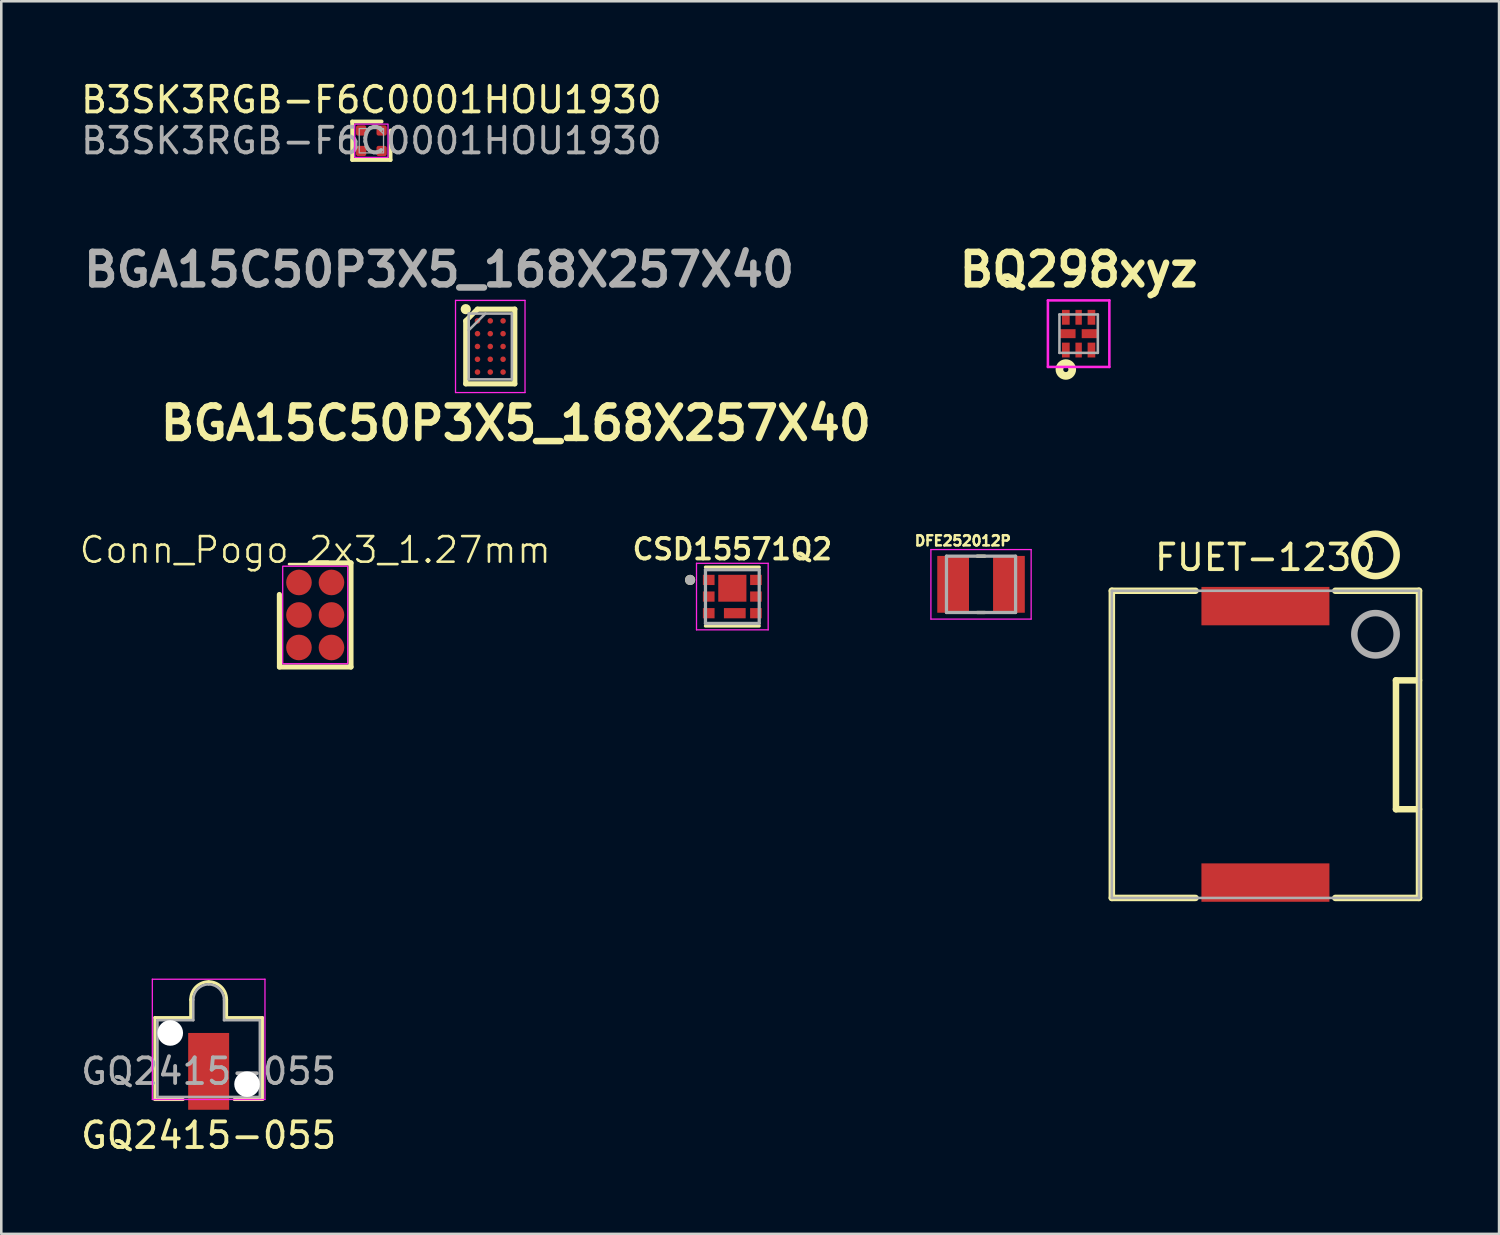
<source format=kicad_pcb>
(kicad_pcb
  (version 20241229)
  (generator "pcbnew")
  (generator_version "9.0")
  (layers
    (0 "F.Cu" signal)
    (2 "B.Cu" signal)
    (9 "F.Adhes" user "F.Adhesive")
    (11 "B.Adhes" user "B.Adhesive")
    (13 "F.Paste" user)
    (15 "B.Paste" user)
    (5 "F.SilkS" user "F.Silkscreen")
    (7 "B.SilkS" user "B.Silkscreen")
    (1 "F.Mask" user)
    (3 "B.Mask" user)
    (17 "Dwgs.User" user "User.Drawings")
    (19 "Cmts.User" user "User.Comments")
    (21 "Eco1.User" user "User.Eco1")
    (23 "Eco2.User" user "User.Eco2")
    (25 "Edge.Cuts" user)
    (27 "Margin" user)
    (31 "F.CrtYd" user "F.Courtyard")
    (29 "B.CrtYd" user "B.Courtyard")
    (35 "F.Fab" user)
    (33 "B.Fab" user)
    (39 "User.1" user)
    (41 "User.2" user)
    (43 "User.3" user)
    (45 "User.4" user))
  (footprint "B3SK3RGB-F6C0001HOU1930"
    (layer "F.Cu")
    (at 11.458 2.448)
    (property "Reference" "B3SK3RGB-F6C0001HOU1930" (at 0 -1.6 0) (unlocked yes) (layer "F.SilkS") (effects (font (size 1 1) (thickness 0.15))))
    (attr smd)
    (fp_line (start -0.75 -0.75) (end 0.4 -0.75) (stroke (width 0.15) (type solid)) (layer "F.SilkS"))
    (fp_line (start -0.75 0.75) (end -0.75 -0.75) (stroke (width 0.15) (type solid)) (layer "F.SilkS"))
    (fp_line (start -0.75 0.75) (end 0.75 0.75) (stroke (width 0.15) (type solid)) (layer "F.SilkS"))
    (fp_line (start 0.75 -0.4) (end 0.75 0.75) (stroke (width 0.15) (type solid)) (layer "F.SilkS"))
    (fp_rect (start -0.65 -0.65) (end 0.65 0.65) (stroke (width 0.05) (type default)) (fill no) (layer "F.CrtYd"))
    (fp_line (start 0.25 -0.475) (end 0.475 -0.273) (stroke (width 0.05) (type default)) (layer "F.Fab"))
    (fp_rect (start -0.475 -0.475) (end 0.475 0.475) (stroke (width 0.05) (type solid)) (fill no) (layer "F.Fab"))
    (fp_text user "${REFERENCE}" (at 0 0 0) (unlocked yes) (layer "F.Fab") (effects (font (size 1 1) (thickness 0.15))))
    (pad "1" smd roundrect (at 0.4 -0.4) (size 0.4 0.4) (layers "F.Cu" "F.Mask" "F.Paste") (roundrect_rratio 0.2))
    (pad "2" smd roundrect (at 0.4 0.4) (size 0.4 0.4) (layers "F.Cu" "F.Mask" "F.Paste") (roundrect_rratio 0.2))
    (pad "3" smd roundrect (at -0.4 0.4) (size 0.4 0.4) (layers "F.Cu" "F.Mask" "F.Paste") (roundrect_rratio 0.2))
    (pad "4" smd roundrect (at -0.4 -0.4) (size 0.4 0.4) (layers "F.Cu" "F.Mask" "F.Paste") (roundrect_rratio 0.2)))
  (footprint "BGA15C50P3X5_168X257X40"
    (layer "F.Cu")
    (at 16.103 10.485)
    (property "Reference" "BGA15C50P3X5_168X257X40" (at 1 3 0) (layer "F.SilkS") (effects (font (size 1.27 1.27) (thickness 0.254))))
    (attr smd)
    (fp_line (start -0.959 -0.999) (end -0.501 -1.457) (stroke (width 0.2) (type solid)) (layer "F.SilkS"))
    (fp_line (start -0.959 1.459) (end -0.959 -0.999) (stroke (width 0.2) (type solid)) (layer "F.SilkS"))
    (fp_line (start -0.5 -1.458) (end 0.958 -1.458) (stroke (width 0.2) (type solid)) (layer "F.SilkS"))
    (fp_line (start 0.958 -1.458) (end 0.958 1.459) (stroke (width 0.2) (type solid)) (layer "F.SilkS"))
    (fp_line (start 0.958 1.459) (end -0.959 1.459) (stroke (width 0.2) (type solid)) (layer "F.SilkS"))
    (fp_circle (center -0.958 -1.458) (end -0.958 -1.358) (stroke (width 0.2) (type solid)) (fill no) (layer "F.SilkS"))
    (fp_line (start -1.358 -1.8) (end 1.357 -1.8) (stroke (width 0.05) (type solid)) (layer "F.CrtYd"))
    (fp_line (start -1.358 1.8) (end -1.358 -1.8) (stroke (width 0.05) (type solid)) (layer "F.CrtYd"))
    (fp_line (start 1.357 -1.8) (end 1.357 1.8) (stroke (width 0.05) (type solid)) (layer "F.CrtYd"))
    (fp_line (start 1.357 1.8) (end -1.358 1.8) (stroke (width 0.05) (type solid)) (layer "F.CrtYd"))
    (fp_line (start -0.842 -1.285) (end 0.843 -1.285) (stroke (width 0.1) (type solid)) (layer "F.Fab"))
    (fp_line (start -0.842 -0.635) (end -0.192 -1.285) (stroke (width 0.1) (type solid)) (layer "F.Fab"))
    (fp_line (start -0.842 1.285) (end -0.842 -1.285) (stroke (width 0.1) (type solid)) (layer "F.Fab"))
    (fp_line (start 0.843 -1.285) (end 0.843 1.285) (stroke (width 0.1) (type solid)) (layer "F.Fab"))
    (fp_line (start 0.843 1.285) (end -0.842 1.285) (stroke (width 0.1) (type solid)) (layer "F.Fab"))
    (fp_text user "${REFERENCE}" (at -2 -3 0) (layer "F.Fab") (effects (font (size 1.27 1.27) (thickness 0.254))))
    (pad "A1" smd circle (at -0.5 -1 90) (size 0.217 0.217) (layers "F.Cu" "F.Mask" "F.Paste"))
    (pad "A2" smd circle (at 0 -1 90) (size 0.217 0.217) (layers "F.Cu" "F.Mask" "F.Paste"))
    (pad "A3" smd circle (at 0.5 -1 90) (size 0.217 0.217) (layers "F.Cu" "F.Mask" "F.Paste"))
    (pad "B1" smd circle (at -0.5 -0.5 90) (size 0.217 0.217) (layers "F.Cu" "F.Mask" "F.Paste"))
    (pad "B2" smd circle (at 0 -0.5 90) (size 0.217 0.217) (layers "F.Cu" "F.Mask" "F.Paste"))
    (pad "B3" smd circle (at 0.5 -0.5 90) (size 0.217 0.217) (layers "F.Cu" "F.Mask" "F.Paste"))
    (pad "C1" smd circle (at -0.5 0 90) (size 0.217 0.217) (layers "F.Cu" "F.Mask" "F.Paste"))
    (pad "C2" smd circle (at 0 0 90) (size 0.217 0.217) (layers "F.Cu" "F.Mask" "F.Paste"))
    (pad "C3" smd circle (at 0.5 0 90) (size 0.217 0.217) (layers "F.Cu" "F.Mask" "F.Paste"))
    (pad "D1" smd circle (at -0.5 0.5 90) (size 0.217 0.217) (layers "F.Cu" "F.Mask" "F.Paste"))
    (pad "D2" smd circle (at 0 0.5 90) (size 0.217 0.217) (layers "F.Cu" "F.Mask" "F.Paste"))
    (pad "D3" smd circle (at 0.5 0.5 90) (size 0.217 0.217) (layers "F.Cu" "F.Mask" "F.Paste"))
    (pad "E1" smd circle (at -0.5 1 90) (size 0.217 0.217) (layers "F.Cu" "F.Mask" "F.Paste"))
    (pad "E2" smd circle (at 0 1 90) (size 0.217 0.217) (layers "F.Cu" "F.Mask" "F.Paste"))
    (pad "E3" smd circle (at 0.5 1 90) (size 0.217 0.217) (layers "F.Cu" "F.Mask" "F.Paste")))
  (footprint "FUET-1230"
    (layer "F.Cu")
    (at 46.384 26.028)
    (property "Reference" "FUET-1230" (at 0 -7.3 0) (layer "F.SilkS") (effects (font (size 1 1) (thickness 0.15))))
    (fp_line (start -6 -6) (end -6 6) (stroke (width 0.254) (type default)) (layer "F.SilkS"))
    (fp_line (start -6 6) (end -2.731 6) (stroke (width 0.254) (type default)) (layer "F.SilkS"))
    (fp_line (start -2.731 -6) (end -6 -6) (stroke (width 0.254) (type default)) (layer "F.SilkS"))
    (fp_line (start 2.731 6) (end 6 6) (stroke (width 0.254) (type default)) (layer "F.SilkS"))
    (fp_line (start 5.1 -2.5) (end 6 -2.5) (stroke (width 0.254) (type default)) (layer "F.SilkS"))
    (fp_line (start 5.1 2.535) (end 5.1 -2.5) (stroke (width 0.254) (type default)) (layer "F.SilkS"))
    (fp_line (start 6 -6) (end 2.731 -6) (stroke (width 0.254) (type default)) (layer "F.SilkS"))
    (fp_line (start 6 2.535) (end 5.1 2.535) (stroke (width 0.254) (type default)) (layer "F.SilkS"))
    (fp_line (start 6 6) (end 6 -6) (stroke (width 0.254) (type default)) (layer "F.SilkS"))
    (fp_circle (center 4.3 -7.4) (end 5.128 -7.4) (stroke (width 0.254) (type default)) (fill no) (layer "F.SilkS"))
    (fp_line (start -6 -6) (end 6 -6) (stroke (width 0.1) (type default)) (layer "F.Fab"))
    (fp_line (start -6 6) (end -6 -6) (stroke (width 0.1) (type default)) (layer "F.Fab"))
    (fp_line (start 6 -6) (end 6 6) (stroke (width 0.1) (type default)) (layer "F.Fab"))
    (fp_line (start 6 6) (end -6 6) (stroke (width 0.1) (type default)) (layer "F.Fab"))
    (fp_circle (center 4.3 -4.3) (end 5.128 -4.3) (stroke (width 0.254) (type default)) (fill no) (layer "F.Fab"))
    (fp_poly (pts (xy -5.94 -6) (xy -5.958 -6.042) (xy -6 -6.06) (xy -6.042 -6.042) (xy -6.06 -6) (xy -6.042 -5.958) (xy -6 -5.94) (xy -5.958 -5.958)) (stroke (width 0.1) (type default)) (fill no) (layer "User.3"))
    (pad "1" smd rect (at 0 -5.4 90) (size 1.5 5) (layers "F.Cu" "F.Mask" "F.Paste"))
    (pad "2" smd rect (at 0 5.4 90) (size 1.5 5) (layers "F.Cu" "F.Mask" "F.Paste")))
  (footprint "BQ298xyz"
    (layer "F.Cu")
    (at 39.087 9.985)
    (property "Reference" "BQ298xyz" (at 0 -2.5 0) (layer "F.SilkS") (effects (font (size 1.27 1.27) (thickness 0.254))))
    (attr smd)
    (fp_circle (center -0.5 1.4) (end -0.4 1.4) (stroke (width 0.3) (type default)) (fill no) (layer "F.SilkS"))
    (fp_line (start -1.2 -1.3) (end 1.2 -1.3) (stroke (width 0.1) (type solid)) (layer "F.CrtYd"))
    (fp_line (start -1.2 1.3) (end -1.2 -1.3) (stroke (width 0.1) (type solid)) (layer "F.CrtYd"))
    (fp_line (start 1.2 -1.3) (end 1.2 1.3) (stroke (width 0.1) (type solid)) (layer "F.CrtYd"))
    (fp_line (start 1.2 1.3) (end -1.2 1.3) (stroke (width 0.1) (type solid)) (layer "F.CrtYd"))
    (fp_line (start -0.75 -0.75) (end -0.75 0.75) (stroke (width 0.1) (type solid)) (layer "F.Fab"))
    (fp_line (start -0.75 0.75) (end 0.75 0.75) (stroke (width 0.1) (type solid)) (layer "F.Fab"))
    (fp_line (start 0.75 -0.75) (end -0.75 -0.75) (stroke (width 0.1) (type solid)) (layer "F.Fab"))
    (fp_line (start 0.75 0.75) (end 0.75 -0.75) (stroke (width 0.1) (type solid)) (layer "F.Fab"))
    (pad "1" smd rect (at -0.5 0.64) (size 0.3 0.58) (layers "F.Cu" "F.Mask" "F.Paste"))
    (pad "2" smd rect (at 0 0.64) (size 0.25 0.58) (layers "F.Cu" "F.Mask" "F.Paste"))
    (pad "3" smd rect (at 0.5 0.64) (size 0.3 0.58) (layers "F.Cu" "F.Mask" "F.Paste"))
    (pad "4" smd rect (at 0.435 0 90) (size 0.35 0.63) (layers "F.Cu" "F.Mask" "F.Paste"))
    (pad "5" smd rect (at 0.5 -0.64) (size 0.3 0.58) (layers "F.Cu" "F.Mask" "F.Paste"))
    (pad "6" smd rect (at 0 -0.64) (size 0.25 0.58) (layers "F.Cu" "F.Mask" "F.Paste"))
    (pad "7" smd rect (at -0.5 -0.64) (size 0.3 0.58) (layers "F.Cu" "F.Mask" "F.Paste"))
    (pad "8" smd rect (at -0.435 0 90) (size 0.35 0.63) (layers "F.Cu" "F.Mask" "F.Paste")))
  (footprint "DFE252012P"
    (layer "F.Cu")
    (at 35.274 19.777)
    (property "Reference" "DFE252012P" (at -0.71 -1.7 0) (layer "F.SilkS") (effects (font (size 0.394 0.394) (thickness 0.15))))
    (attr smd)
    (fp_line (start -0.15 -1.1) (end 0.15 -1.1) (stroke (width 0.127) (type solid)) (layer "F.SilkS"))
    (fp_line (start -0.15 1.1) (end 0.15 1.1) (stroke (width 0.127) (type solid)) (layer "F.SilkS"))
    (fp_line (start -1.958 -1.358) (end 1.958 -1.358) (stroke (width 0.05) (type solid)) (layer "F.CrtYd"))
    (fp_line (start -1.958 1.358) (end -1.958 -1.358) (stroke (width 0.05) (type solid)) (layer "F.CrtYd"))
    (fp_line (start -1.958 1.358) (end 1.958 1.358) (stroke (width 0.05) (type solid)) (layer "F.CrtYd"))
    (fp_line (start 1.958 1.358) (end 1.958 -1.358) (stroke (width 0.05) (type solid)) (layer "F.CrtYd"))
    (fp_line (start -1.35 1.1) (end -1.35 -1.1) (stroke (width 0.127) (type solid)) (layer "F.Fab"))
    (fp_line (start 1.35 -1.1) (end -1.35 -1.1) (stroke (width 0.127) (type solid)) (layer "F.Fab"))
    (fp_line (start 1.35 1.1) (end -1.35 1.1) (stroke (width 0.127) (type solid)) (layer "F.Fab"))
    (fp_line (start 1.35 1.1) (end 1.35 -1.1) (stroke (width 0.127) (type solid)) (layer "F.Fab"))
    (pad "1" smd rect (at -1.09 0) (size 1.24 2.22) (layers "F.Cu" "F.Mask" "F.Paste"))
    (pad "2" smd rect (at 1.09 0) (size 1.24 2.22) (layers "F.Cu" "F.Mask" "F.Paste")))
  (footprint "GQ2415-055"
    (layer "F.Cu")
    (at 5.101 38.803)
    (property "Reference" "GQ2415-055" (at 0 2.5 0) (layer "F.SilkS") (effects (font (size 1 1) (thickness 0.15))))
    (attr smd)
    (fp_line (start -2.1 -2.1) (end -0.7 -2.1) (stroke (width 0.12) (type solid)) (layer "F.SilkS"))
    (fp_line (start -2.1 1.1) (end -2.1 -2.1) (stroke (width 0.12) (type solid)) (layer "F.SilkS"))
    (fp_line (start -2.1 1.1) (end -1 1.1) (stroke (width 0.12) (type solid)) (layer "F.SilkS"))
    (fp_line (start -0.7 -2.1) (end -0.7 -2.8) (stroke (width 0.12) (type solid)) (layer "F.SilkS"))
    (fp_line (start 0.7 -2.1) (end 0.7 -2.8) (stroke (width 0.12) (type solid)) (layer "F.SilkS"))
    (fp_line (start 2.1 -2.1) (end 0.7 -2.1) (stroke (width 0.12) (type solid)) (layer "F.SilkS"))
    (fp_line (start 2.1 1.1) (end 1 1.1) (stroke (width 0.12) (type solid)) (layer "F.SilkS"))
    (fp_line (start 2.1 1.1) (end 2.1 -2.1) (stroke (width 0.12) (type solid)) (layer "F.SilkS"))
    (fp_arc (start -0.7 -2.8) (mid -0.494975 -3.294974) (end 0 -3.5) (stroke (width 0.12) (type default)) (layer "F.SilkS"))
    (fp_arc (start 0 -3.5) (mid 0.494975 -3.294975) (end 0.7 -2.8) (stroke (width 0.12) (type default)) (layer "F.SilkS"))
    (fp_line (start -2.2 -3.6) (end 2.2 -3.6) (stroke (width 0.05) (type solid)) (layer "F.CrtYd"))
    (fp_line (start -2.2 1.1) (end -2.2 -3.6) (stroke (width 0.05) (type solid)) (layer "F.CrtYd"))
    (fp_line (start 2.2 -3.6) (end 2.2 1.1) (stroke (width 0.05) (type solid)) (layer "F.CrtYd"))
    (fp_line (start 2.2 1.1) (end -2.2 1.1) (stroke (width 0.05) (type solid)) (layer "F.CrtYd"))
    (fp_line (start -2 1) (end -2 -2) (stroke (width 0.1) (type solid)) (layer "F.Fab"))
    (fp_line (start -0.6 -2) (end -2 -2) (stroke (width 0.1) (type solid)) (layer "F.Fab"))
    (fp_line (start -0.6 -2.8) (end -0.6 -2) (stroke (width 0.1) (type solid)) (layer "F.Fab"))
    (fp_line (start 0.6 -2.8) (end 0.6 -2) (stroke (width 0.1) (type solid)) (layer "F.Fab"))
    (fp_line (start 2 -2) (end 0.6 -2) (stroke (width 0.1) (type solid)) (layer "F.Fab"))
    (fp_line (start 2 1) (end -2 1) (stroke (width 0.1) (type solid)) (layer "F.Fab"))
    (fp_line (start 2 1) (end 2 -2) (stroke (width 0.1) (type solid)) (layer "F.Fab"))
    (fp_arc (start -0.599999 -2.8) (mid -0.424263 -3.224263) (end 0 -3.399999) (stroke (width 0.1) (type default)) (layer "F.Fab"))
    (fp_arc (start 0 -3.399999) (mid 0.424263 -3.224263) (end 0.599999 -2.8) (stroke (width 0.1) (type default)) (layer "F.Fab"))
    (fp_text user "${REFERENCE}" (at 0 0 0) (layer "F.Fab") (effects (font (size 1 1) (thickness 0.15))))
    (pad "" np_thru_hole circle (at -1.5 -1.5) (size 1 1) (drill 1) (layers "*.Cu" "*.Mask"))
    (pad "" np_thru_hole circle (at 1.5 0.5) (size 1 1) (drill 1) (layers "*.Cu" "*.Mask"))
    (pad "1" smd rect (at 0 0) (size 1.6 3) (layers "F.Cu" "F.Mask" "F.Paste")))
  (footprint "Conn_Pogo_2x3_1.27mm"
    (layer "F.Cu")
    (at 9.264 20.974)
    (property "Reference" "Conn_Pogo_2x3_1.27mm" (at 0 -2.54 0) (unlocked yes) (layer "F.SilkS") (effects (font (size 1 1) (thickness 0.1))))
    (attr smd)
    (fp_line (start -1.4 -0.8) (end -1.397 2.032) (stroke (width 0.2) (type default)) (layer "F.SilkS"))
    (fp_line (start -1.397 2.032) (end 1.397 2.032) (stroke (width 0.2) (type default)) (layer "F.SilkS"))
    (fp_line (start 1.397 -2.032) (end -0.2 -2.032) (stroke (width 0.2) (type default)) (layer "F.SilkS"))
    (fp_line (start 1.397 2.032) (end 1.397 -2.032) (stroke (width 0.2) (type default)) (layer "F.SilkS"))
    (fp_rect (start -1.27 -1.905) (end 1.27 1.905) (stroke (width 0.05) (type default)) (fill no) (layer "F.CrtYd"))
    (pad "1" smd circle (at -0.635 -1.27) (size 1 1) (layers "F.Cu" "F.Mask"))
    (pad "2" smd circle (at 0.635 -1.27) (size 1 1) (layers "F.Cu" "F.Mask"))
    (pad "3" smd circle (at -0.635 0) (size 1 1) (layers "F.Cu" "F.Mask"))
    (pad "4" smd circle (at 0.635 0) (size 1 1) (layers "F.Cu" "F.Mask"))
    (pad "5" smd circle (at -0.635 1.27) (size 1 1) (layers "F.Cu" "F.Mask"))
    (pad "6" smd circle (at 0.635 1.27) (size 1 1) (layers "F.Cu" "F.Mask")))
  (footprint "CSD15571Q2"
    (layer "F.Cu")
    (at 25.559 20.255)
    (property "Reference" "CSD15571Q2" (at 0 -1.85 0) (layer "F.SilkS") (effects (font (size 0.8 0.8) (thickness 0.15))))
    (attr smd)
    (fp_poly (pts (xy -1.2 -0.9) (xy -0.65 -0.9) (xy -0.65 -0.4) (xy -1.2 -0.4)) (stroke (width 0.01) (type solid)) (fill yes) (layer "F.Mask"))
    (fp_poly (pts (xy -1.2 -0.25) (xy -0.65 -0.25) (xy -0.65 0.25) (xy -1.2 0.25)) (stroke (width 0.01) (type solid)) (fill yes) (layer "F.Mask"))
    (fp_poly (pts (xy -1.2 0.4) (xy -0.65 0.4) (xy -0.65 0.9) (xy -1.2 0.9)) (stroke (width 0.01) (type solid)) (fill yes) (layer "F.Mask"))
    (fp_poly (pts (xy -0.6 -0.9) (xy 0.6 -0.9) (xy 0.6 0.25) (xy -0.6 0.25)) (stroke (width 0.01) (type solid)) (fill yes) (layer "F.Mask"))
    (fp_poly (pts (xy -0.375 0.4) (xy 0.575 0.4) (xy 0.575 0.9) (xy -0.375 0.9)) (stroke (width 0.01) (type solid)) (fill yes) (layer "F.Mask"))
    (fp_poly (pts (xy 0.65 -0.9) (xy 1.2 -0.9) (xy 1.2 -0.4) (xy 0.65 -0.4)) (stroke (width 0.01) (type solid)) (fill yes) (layer "F.Mask"))
    (fp_poly (pts (xy 0.65 -0.25) (xy 1.2 -0.25) (xy 1.2 0.25) (xy 0.65 0.25)) (stroke (width 0.01) (type solid)) (fill yes) (layer "F.Mask"))
    (fp_poly (pts (xy 0.65 0.4) (xy 1.2 0.4) (xy 1.2 0.9) (xy 0.65 0.9)) (stroke (width 0.01) (type solid)) (fill yes) (layer "F.Mask"))
    (fp_line (start -1.05 -1.15) (end 1.05 -1.15) (stroke (width 0.127) (type solid)) (layer "F.SilkS"))
    (fp_line (start 1.05 1.15) (end -1.05 1.15) (stroke (width 0.127) (type solid)) (layer "F.SilkS"))
    (fp_circle (center -1.65 -0.65) (end -1.55 -0.65) (stroke (width 0.2) (type solid)) (fill no) (layer "F.SilkS"))
    (fp_line (start -1.4 -1.3) (end 1.4 -1.3) (stroke (width 0.05) (type solid)) (layer "F.CrtYd"))
    (fp_line (start -1.4 1.3) (end -1.4 -1.3) (stroke (width 0.05) (type solid)) (layer "F.CrtYd"))
    (fp_line (start 1.4 -1.3) (end 1.4 1.3) (stroke (width 0.05) (type solid)) (layer "F.CrtYd"))
    (fp_line (start 1.4 1.3) (end -1.4 1.3) (stroke (width 0.05) (type solid)) (layer "F.CrtYd"))
    (fp_line (start -1.05 -1.05) (end -1.05 1.05) (stroke (width 0.127) (type solid)) (layer "F.Fab"))
    (fp_line (start -1.05 -1.05) (end 1.05 -1.05) (stroke (width 0.127) (type solid)) (layer "F.Fab"))
    (fp_line (start 1.05 1.05) (end -1.05 1.05) (stroke (width 0.127) (type solid)) (layer "F.Fab"))
    (fp_line (start 1.05 1.05) (end 1.05 -1.05) (stroke (width 0.127) (type solid)) (layer "F.Fab"))
    (fp_circle (center -1.65 -0.65) (end -1.55 -0.65) (stroke (width 0.2) (type solid)) (fill no) (layer "F.Fab"))
    (pad "1" smd rect (at -0.922 -0.65) (size 0.455 0.4) (layers "F.Cu" "F.Paste"))
    (pad "2" smd rect (at -0.922 0) (size 0.455 0.4) (layers "F.Cu" "F.Paste"))
    (pad "3" smd rect (at -0.922 0.65) (size 0.455 0.4) (layers "F.Cu" "F.Paste"))
    (pad "4" smd rect (at 0.922 0.65) (size 0.455 0.4) (layers "F.Cu" "F.Paste"))
    (pad "5" smd rect (at 0.922 0) (size 0.455 0.4) (layers "F.Cu" "F.Paste"))
    (pad "6" smd rect (at 0.922 -0.65) (size 0.455 0.4) (layers "F.Cu" "F.Paste"))
    (pad "7" smd rect (at 0.096 0.65 180) (size 0.85 0.4) (layers "F.Cu" "F.Paste"))
    (pad "8" smd rect (at 0 -0.325 180) (size 1.1 1.05) (layers "F.Cu" "F.Paste")))
  (gr_rect
    (start -3 -3)
    (end 55.511 45.152)
    (stroke (width 0.1) (type default))
    (fill no)
    (layer "Edge.Cuts")))
</source>
